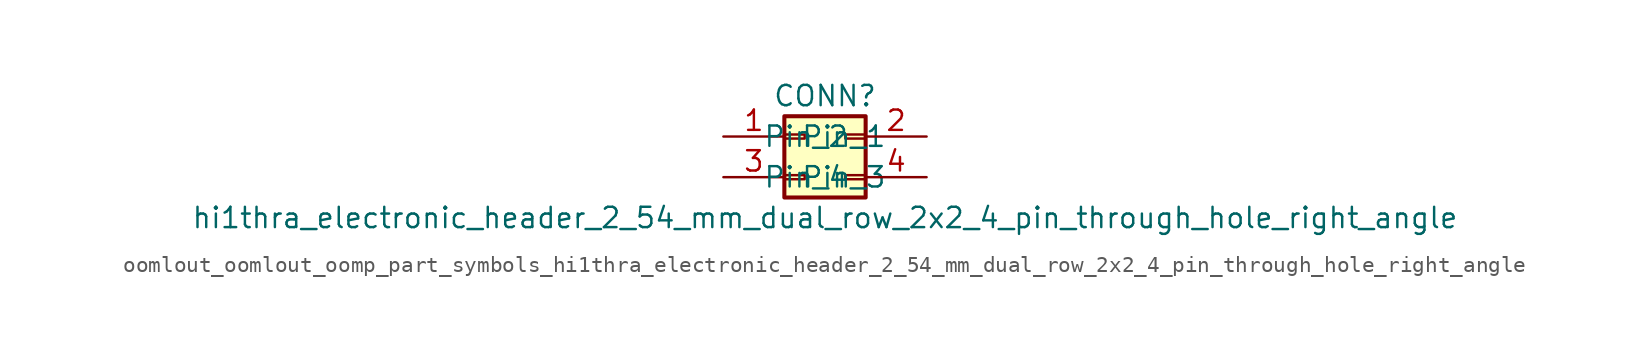
<source format=kicad_sym>
(kicad_symbol_lib
  (version 20220914)
  (generator kicad_symbol_editor)
  (symbol "oomlout_oomlout_oomp_part_symbols_hi1thra_electronic_header_2_54_mm_dual_row_2x2_4_pin_through_hole_right_angle"
    (pin_names
      (offset 1.016))
    (property "Reference" "CONN"
      (at 1.27 2.54 0)
      (effects (font (size 1.27 1.27))))
    (property "Value" "hi1thra_electronic_header_2_54_mm_dual_row_2x2_4_pin_through_hole_right_angle"
      (at 1.27 -5.08 0)
      (effects (font (size 1.27 1.27))))
    (symbol "oomlout_oomlout_oomp_part_symbols_hi1thra_electronic_header_2_54_mm_dual_row_2x2_4_pin_through_hole_right_angle_1_1"
      (rectangle (start -1.27 -2.413) (end 0 -2.667) (stroke (width 0.152) (type default)) (fill (type none)))
      (rectangle (start -1.27 0.127) (end 0 -0.127) (stroke (width 0.152) (type default)) (fill (type none)))
      (rectangle (start -1.27 1.27) (end 3.81 -3.81) (stroke (width 0.254) (type default)) (fill (type background)))
      (rectangle (start 3.81 -2.413) (end 2.54 -2.667) (stroke (width 0.152) (type default)) (fill (type none)))
      (rectangle (start 3.81 0.127) (end 2.54 -0.127) (stroke (width 0.152) (type default)) (fill (type none)))
      (pin passive line (at -5.08 0 0) (length 3.81) (name "Pin_1" (effects (font (size 1.27 1.27)))) (number "1" (effects (font (size 1.27 1.27)))))
      (pin passive line (at 7.62 0 180) (length 3.81) (name "Pin_2" (effects (font (size 1.27 1.27)))) (number "2" (effects (font (size 1.27 1.27)))))
      (pin passive line (at -5.08 -2.54 0) (length 3.81) (name "Pin_3" (effects (font (size 1.27 1.27)))) (number "3" (effects (font (size 1.27 1.27)))))
      (pin passive line (at 7.62 -2.54 180) (length 3.81) (name "Pin_4" (effects (font (size 1.27 1.27)))) (number "4" (effects (font (size 1.27 1.27))))))))
</source>
